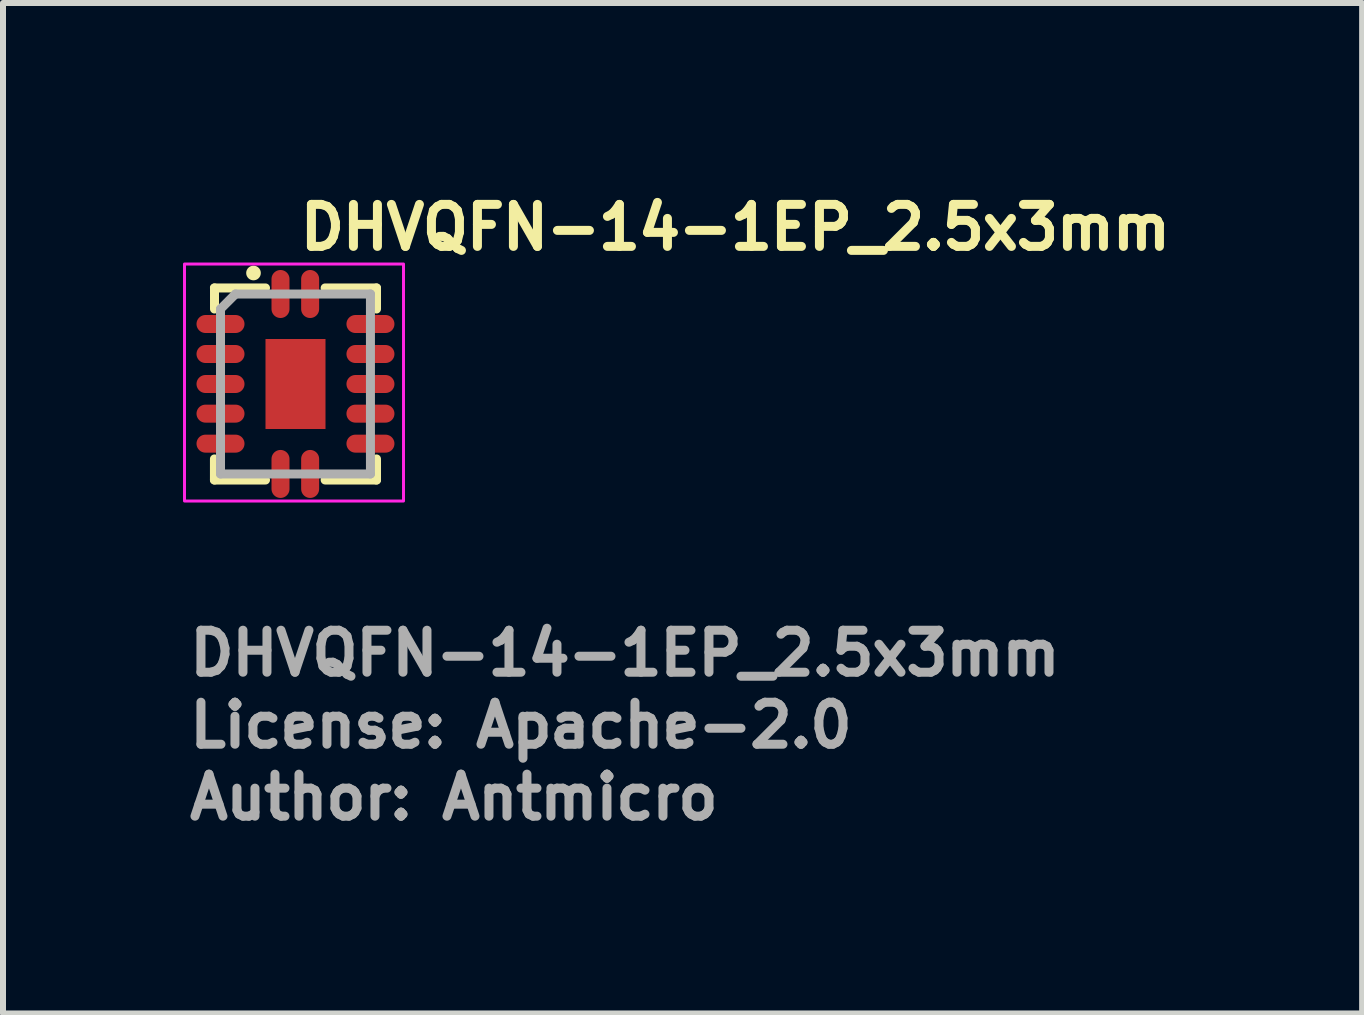
<source format=kicad_pcb>
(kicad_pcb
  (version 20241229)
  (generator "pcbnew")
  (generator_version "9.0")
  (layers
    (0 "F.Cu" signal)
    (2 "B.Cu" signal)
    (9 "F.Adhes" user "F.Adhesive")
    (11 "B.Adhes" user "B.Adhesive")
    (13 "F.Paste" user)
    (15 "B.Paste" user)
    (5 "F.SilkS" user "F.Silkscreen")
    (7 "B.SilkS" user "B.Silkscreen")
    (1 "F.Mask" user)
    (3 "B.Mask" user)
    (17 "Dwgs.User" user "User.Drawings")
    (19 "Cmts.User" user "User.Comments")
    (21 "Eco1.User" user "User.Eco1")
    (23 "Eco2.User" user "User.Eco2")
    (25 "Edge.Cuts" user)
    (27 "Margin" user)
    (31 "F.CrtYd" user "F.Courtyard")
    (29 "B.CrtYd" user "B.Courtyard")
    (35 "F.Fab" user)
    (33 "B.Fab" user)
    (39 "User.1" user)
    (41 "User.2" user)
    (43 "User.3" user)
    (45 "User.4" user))
  (footprint "DHVQFN-14-1EP_2.5x3mm"
    (layer "F.Cu")
    (at 1.875 3.35)
    (property "Reference" "DHVQFN-14-1EP_2.5x3mm" (at 0 -2.2 0) (layer "F.SilkS") (effects (font (size 0.7 0.7) (thickness 0.15)) (justify left bottom)))
    (attr smd)
    (fp_line (start -1.351 -1.601) (end -0.5 -1.601) (stroke (width 0.15) (type solid)) (layer "F.SilkS"))
    (fp_line (start -1.351 1.6) (end -1.351 1.249) (stroke (width 0.15) (type solid)) (layer "F.SilkS"))
    (fp_line (start -1.351 1.6) (end -0.5 1.6) (stroke (width 0.15) (type solid)) (layer "F.SilkS"))
    (fp_line (start -1.35 -1.601) (end -1.35 -1.25) (stroke (width 0.15) (type solid)) (layer "F.SilkS"))
    (fp_line (start 0.494 1.6) (end 1.35 1.6) (stroke (width 0.15) (type solid)) (layer "F.SilkS"))
    (fp_line (start 1.35 -1.601) (end 0.494 -1.601) (stroke (width 0.15) (type solid)) (layer "F.SilkS"))
    (fp_line (start 1.35 -1.601) (end 1.35 -1.25) (stroke (width 0.15) (type solid)) (layer "F.SilkS"))
    (fp_line (start 1.35 1.6) (end 1.35 1.249) (stroke (width 0.15) (type solid)) (layer "F.SilkS"))
    (fp_circle (center -0.7 -1.85) (end -0.653 -1.85) (stroke (width 0.15) (type solid)) (fill yes) (layer "F.SilkS"))
    (fp_rect (start -1.85 -2) (end 1.8 1.95) (stroke (width 0.05) (type solid)) (fill no) (layer "F.CrtYd"))
    (fp_line (start -1.25 -1.25) (end -1 -1.5) (stroke (width 0.15) (type solid)) (layer "F.Fab"))
    (fp_line (start -1.25 1.499) (end -1.25 -1.25) (stroke (width 0.15) (type solid)) (layer "F.Fab"))
    (fp_line (start -1 -1.5) (end 1.249 -1.5) (stroke (width 0.15) (type solid)) (layer "F.Fab"))
    (fp_line (start 1.249 -1.5) (end 1.249 1.499) (stroke (width 0.15) (type solid)) (layer "F.Fab"))
    (fp_line (start 1.249 1.499) (end -1.25 1.499) (stroke (width 0.15) (type solid)) (layer "F.Fab"))
    (fp_rect (start -1.252 -1.502) (end 1.249 1.499) (stroke (width 0.1) (type solid)) (fill no) (layer "User.5"))
    (fp_line (start -1.252 -1.125) (end -1.25 -1.125) (stroke (width 0.02) (type solid)) (layer "User.9"))
    (fp_line (start -1.252 -0.875) (end -1.252 -1.125) (stroke (width 0.02) (type solid)) (layer "User.9"))
    (fp_line (start -1.252 -0.625) (end -1.25 -0.625) (stroke (width 0.02) (type solid)) (layer "User.9"))
    (fp_line (start -1.252 -0.375) (end -1.252 -0.625) (stroke (width 0.02) (type solid)) (layer "User.9"))
    (fp_line (start -1.252 -0.125) (end -1.25 -0.125) (stroke (width 0.02) (type solid)) (layer "User.9"))
    (fp_line (start -1.252 0.123) (end -1.252 -0.125) (stroke (width 0.02) (type solid)) (layer "User.9"))
    (fp_line (start -1.252 0.373) (end -1.25 0.373) (stroke (width 0.02) (type solid)) (layer "User.9"))
    (fp_line (start -1.252 0.623) (end -1.252 0.373) (stroke (width 0.02) (type solid)) (layer "User.9"))
    (fp_line (start -1.252 0.873) (end -1.25 0.873) (stroke (width 0.02) (type solid)) (layer "User.9"))
    (fp_line (start -1.252 1.124) (end -1.252 0.873) (stroke (width 0.02) (type solid)) (layer "User.9"))
    (fp_line (start -1.25 -1.5) (end -1.25 1.499) (stroke (width 0.02) (type solid)) (layer "User.9"))
    (fp_line (start -1.25 -0.875) (end -1.252 -0.875) (stroke (width 0.02) (type solid)) (layer "User.9"))
    (fp_line (start -1.25 -0.375) (end -1.252 -0.375) (stroke (width 0.02) (type solid)) (layer "User.9"))
    (fp_line (start -1.25 0.123) (end -1.252 0.123) (stroke (width 0.02) (type solid)) (layer "User.9"))
    (fp_line (start -1.25 0.623) (end -1.252 0.623) (stroke (width 0.02) (type solid)) (layer "User.9"))
    (fp_line (start -1.25 1.124) (end -1.252 1.124) (stroke (width 0.02) (type solid)) (layer "User.9"))
    (fp_line (start -1.25 1.499) (end 1.249 1.499) (stroke (width 0.02) (type solid)) (layer "User.9"))
    (fp_line (start -0.375 -1.502) (end -0.125 -1.502) (stroke (width 0.02) (type solid)) (layer "User.9"))
    (fp_line (start -0.375 -1.5) (end -0.375 -1.502) (stroke (width 0.02) (type solid)) (layer "User.9"))
    (fp_line (start -0.375 1.499) (end -0.375 1.499) (stroke (width 0.02) (type solid)) (layer "User.9"))
    (fp_line (start -0.125 -1.502) (end -0.125 -1.5) (stroke (width 0.02) (type solid)) (layer "User.9"))
    (fp_line (start -0.125 1.499) (end -0.375 1.499) (stroke (width 0.02) (type solid)) (layer "User.9"))
    (fp_line (start -0.125 1.499) (end -0.125 1.499) (stroke (width 0.02) (type solid)) (layer "User.9"))
    (fp_line (start 0.123 -1.502) (end 0.373 -1.502) (stroke (width 0.02) (type solid)) (layer "User.9"))
    (fp_line (start 0.123 -1.5) (end 0.123 -1.502) (stroke (width 0.02) (type solid)) (layer "User.9"))
    (fp_line (start 0.123 1.499) (end 0.123 1.499) (stroke (width 0.02) (type solid)) (layer "User.9"))
    (fp_line (start 0.373 -1.502) (end 0.373 -1.5) (stroke (width 0.02) (type solid)) (layer "User.9"))
    (fp_line (start 0.373 1.499) (end 0.123 1.499) (stroke (width 0.02) (type solid)) (layer "User.9"))
    (fp_line (start 0.373 1.499) (end 0.373 1.499) (stroke (width 0.02) (type solid)) (layer "User.9"))
    (fp_line (start 1.249 -1.5) (end -1.25 -1.5) (stroke (width 0.02) (type solid)) (layer "User.9"))
    (fp_line (start 1.249 -1.125) (end 1.249 -1.125) (stroke (width 0.02) (type solid)) (layer "User.9"))
    (fp_line (start 1.249 -1.125) (end 1.249 -0.875) (stroke (width 0.02) (type solid)) (layer "User.9"))
    (fp_line (start 1.249 -0.875) (end 1.249 -0.875) (stroke (width 0.02) (type solid)) (layer "User.9"))
    (fp_line (start 1.249 -0.625) (end 1.249 -0.625) (stroke (width 0.02) (type solid)) (layer "User.9"))
    (fp_line (start 1.249 -0.625) (end 1.249 -0.375) (stroke (width 0.02) (type solid)) (layer "User.9"))
    (fp_line (start 1.249 -0.375) (end 1.249 -0.375) (stroke (width 0.02) (type solid)) (layer "User.9"))
    (fp_line (start 1.249 -0.125) (end 1.249 -0.125) (stroke (width 0.02) (type solid)) (layer "User.9"))
    (fp_line (start 1.249 -0.125) (end 1.249 0.123) (stroke (width 0.02) (type solid)) (layer "User.9"))
    (fp_line (start 1.249 0.123) (end 1.249 0.123) (stroke (width 0.02) (type solid)) (layer "User.9"))
    (fp_line (start 1.249 0.373) (end 1.249 0.373) (stroke (width 0.02) (type solid)) (layer "User.9"))
    (fp_line (start 1.249 0.373) (end 1.249 0.623) (stroke (width 0.02) (type solid)) (layer "User.9"))
    (fp_line (start 1.249 0.623) (end 1.249 0.623) (stroke (width 0.02) (type solid)) (layer "User.9"))
    (fp_line (start 1.249 0.873) (end 1.249 0.873) (stroke (width 0.02) (type solid)) (layer "User.9"))
    (fp_line (start 1.249 0.873) (end 1.249 1.124) (stroke (width 0.02) (type solid)) (layer "User.9"))
    (fp_line (start 1.249 1.124) (end 1.249 1.124) (stroke (width 0.02) (type solid)) (layer "User.9"))
    (fp_line (start 1.249 1.499) (end 1.249 -1.5) (stroke (width 0.02) (type solid)) (layer "User.9"))
    (fp_circle (center -1 -1.25) (end -0.9 -1.25) (stroke (width 0.02) (type solid)) (fill no) (layer "User.9"))
    (fp_text user "Author: Antmicro" (at -1.841 7.296 0) (layer "F.Fab") (effects (font (size 0.7 0.7) (thickness 0.15)) (justify left bottom)))
    (fp_text user "${REFERENCE}" (at -1.841 4.897 0) (layer "F.Fab") (effects (font (size 0.7 0.7) (thickness 0.15)) (justify left bottom)))
    (fp_text user "License: Apache-2.0" (at -1.841 6.097 0) (layer "F.Fab") (effects (font (size 0.7 0.7) (thickness 0.15)) (justify left bottom)))
    (pad "1" smd oval (at -0.25 -1.5) (size 0.3 0.8) (layers "F.Cu" "F.Mask" "F.Paste"))
    (pad "2" smd oval (at -1.25 -1 90) (size 0.3 0.8) (layers "F.Cu" "F.Mask" "F.Paste"))
    (pad "3" smd oval (at -1.25 -0.5 90) (size 0.3 0.8) (layers "F.Cu" "F.Mask" "F.Paste"))
    (pad "4" smd oval (at -1.25 0 90) (size 0.3 0.8) (layers "F.Cu" "F.Mask" "F.Paste"))
    (pad "5" smd oval (at -1.25 0.494 90) (size 0.3 0.8) (layers "F.Cu" "F.Mask" "F.Paste"))
    (pad "6" smd oval (at -1.25 0.994 90) (size 0.3 0.8) (layers "F.Cu" "F.Mask" "F.Paste"))
    (pad "7" smd oval (at -0.25 1.499) (size 0.3 0.8) (layers "F.Cu" "F.Mask" "F.Paste"))
    (pad "8" smd oval (at 0.244 1.499) (size 0.3 0.8) (layers "F.Cu" "F.Mask" "F.Paste"))
    (pad "9" smd oval (at 1.249 0.994 90) (size 0.3 0.8) (layers "F.Cu" "F.Mask" "F.Paste"))
    (pad "10" smd oval (at 1.249 0.494 90) (size 0.3 0.8) (layers "F.Cu" "F.Mask" "F.Paste"))
    (pad "11" smd oval (at 1.249 0 90) (size 0.3 0.8) (layers "F.Cu" "F.Mask" "F.Paste"))
    (pad "12" smd oval (at 1.249 -0.5 90) (size 0.3 0.8) (layers "F.Cu" "F.Mask" "F.Paste"))
    (pad "13" smd oval (at 1.249 -1 90) (size 0.3 0.8) (layers "F.Cu" "F.Mask" "F.Paste"))
    (pad "14" smd oval (at 0.244 -1.5) (size 0.3 0.8) (layers "F.Cu" "F.Mask" "F.Paste"))
    (pad "15" smd rect (at 0 0) (size 1 1.5) (layers "F.Cu" "F.Mask" "F.Paste")))
  (gr_rect
    (start -3 -3)
    (end 19.652 13.841)
    (stroke (width 0.1) (type default))
    (fill no)
    (layer "Edge.Cuts")))
</source>
